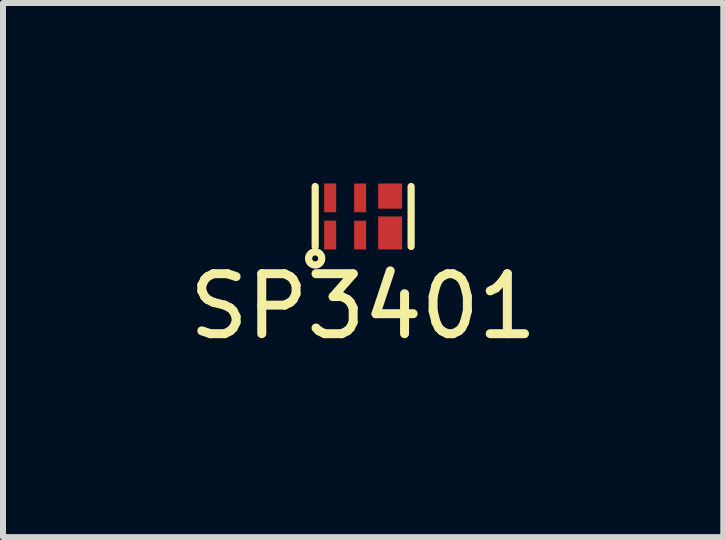
<source format=kicad_pcb>
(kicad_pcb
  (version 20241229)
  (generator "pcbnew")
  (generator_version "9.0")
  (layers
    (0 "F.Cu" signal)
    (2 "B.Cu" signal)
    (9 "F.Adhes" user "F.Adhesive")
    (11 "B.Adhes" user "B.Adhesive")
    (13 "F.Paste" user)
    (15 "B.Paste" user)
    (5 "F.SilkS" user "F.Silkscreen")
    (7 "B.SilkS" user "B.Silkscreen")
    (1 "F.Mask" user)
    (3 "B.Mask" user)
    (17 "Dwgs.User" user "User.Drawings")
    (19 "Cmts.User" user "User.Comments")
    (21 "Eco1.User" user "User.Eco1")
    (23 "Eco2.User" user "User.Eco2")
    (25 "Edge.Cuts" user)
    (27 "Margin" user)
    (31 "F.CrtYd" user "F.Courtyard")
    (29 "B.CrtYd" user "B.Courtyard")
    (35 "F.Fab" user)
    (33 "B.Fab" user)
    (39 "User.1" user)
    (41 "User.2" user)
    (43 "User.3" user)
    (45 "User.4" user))
  (footprint "SP3401"
    (layer "F.Cu")
    (at 3.006 0.56)
    (property "Reference" "SP3401" (at 0 1.5 0) (layer "F.SilkS") (effects (font (size 1 1) (thickness 0.15))))
    (attr through_hole)
    (fp_line (start -0.8 -0.5) (end -0.8 0.5) (stroke (width 0.12) (type solid)) (layer "F.SilkS"))
    (fp_line (start 0.8 -0.5) (end 0.8 0.5) (stroke (width 0.12) (type solid)) (layer "F.SilkS"))
    (fp_circle (center -0.8 0.7) (end -0.75 0.7) (stroke (width 0.12) (type solid)) (fill no) (layer "F.SilkS"))
    (pad "1" smd rect (at -0.55 0.31) (size 0.2 0.48) (layers "F.Cu" "F.Mask" "F.Paste"))
    (pad "2" smd rect (at -0.05 0.31) (size 0.2 0.48) (layers "F.Cu" "F.Mask" "F.Paste"))
    (pad "3" smd rect (at 0.45 0.275) (size 0.4 0.55) (layers "F.Cu" "F.Mask" "F.Paste"))
    (pad "4" smd rect (at 0.45 -0.34) (size 0.4 0.42) (layers "F.Cu" "F.Mask" "F.Paste"))
    (pad "5" smd rect (at -0.05 -0.31) (size 0.2 0.48) (layers "F.Cu" "F.Mask" "F.Paste"))
    (pad "6" smd rect (at -0.55 -0.31) (size 0.2 0.48) (layers "F.Cu" "F.Mask" "F.Paste")))
  (gr_rect
    (start -3 -3)
    (end 9.012 5.908)
    (stroke (width 0.1) (type default))
    (fill no)
    (layer "Edge.Cuts")))
</source>
